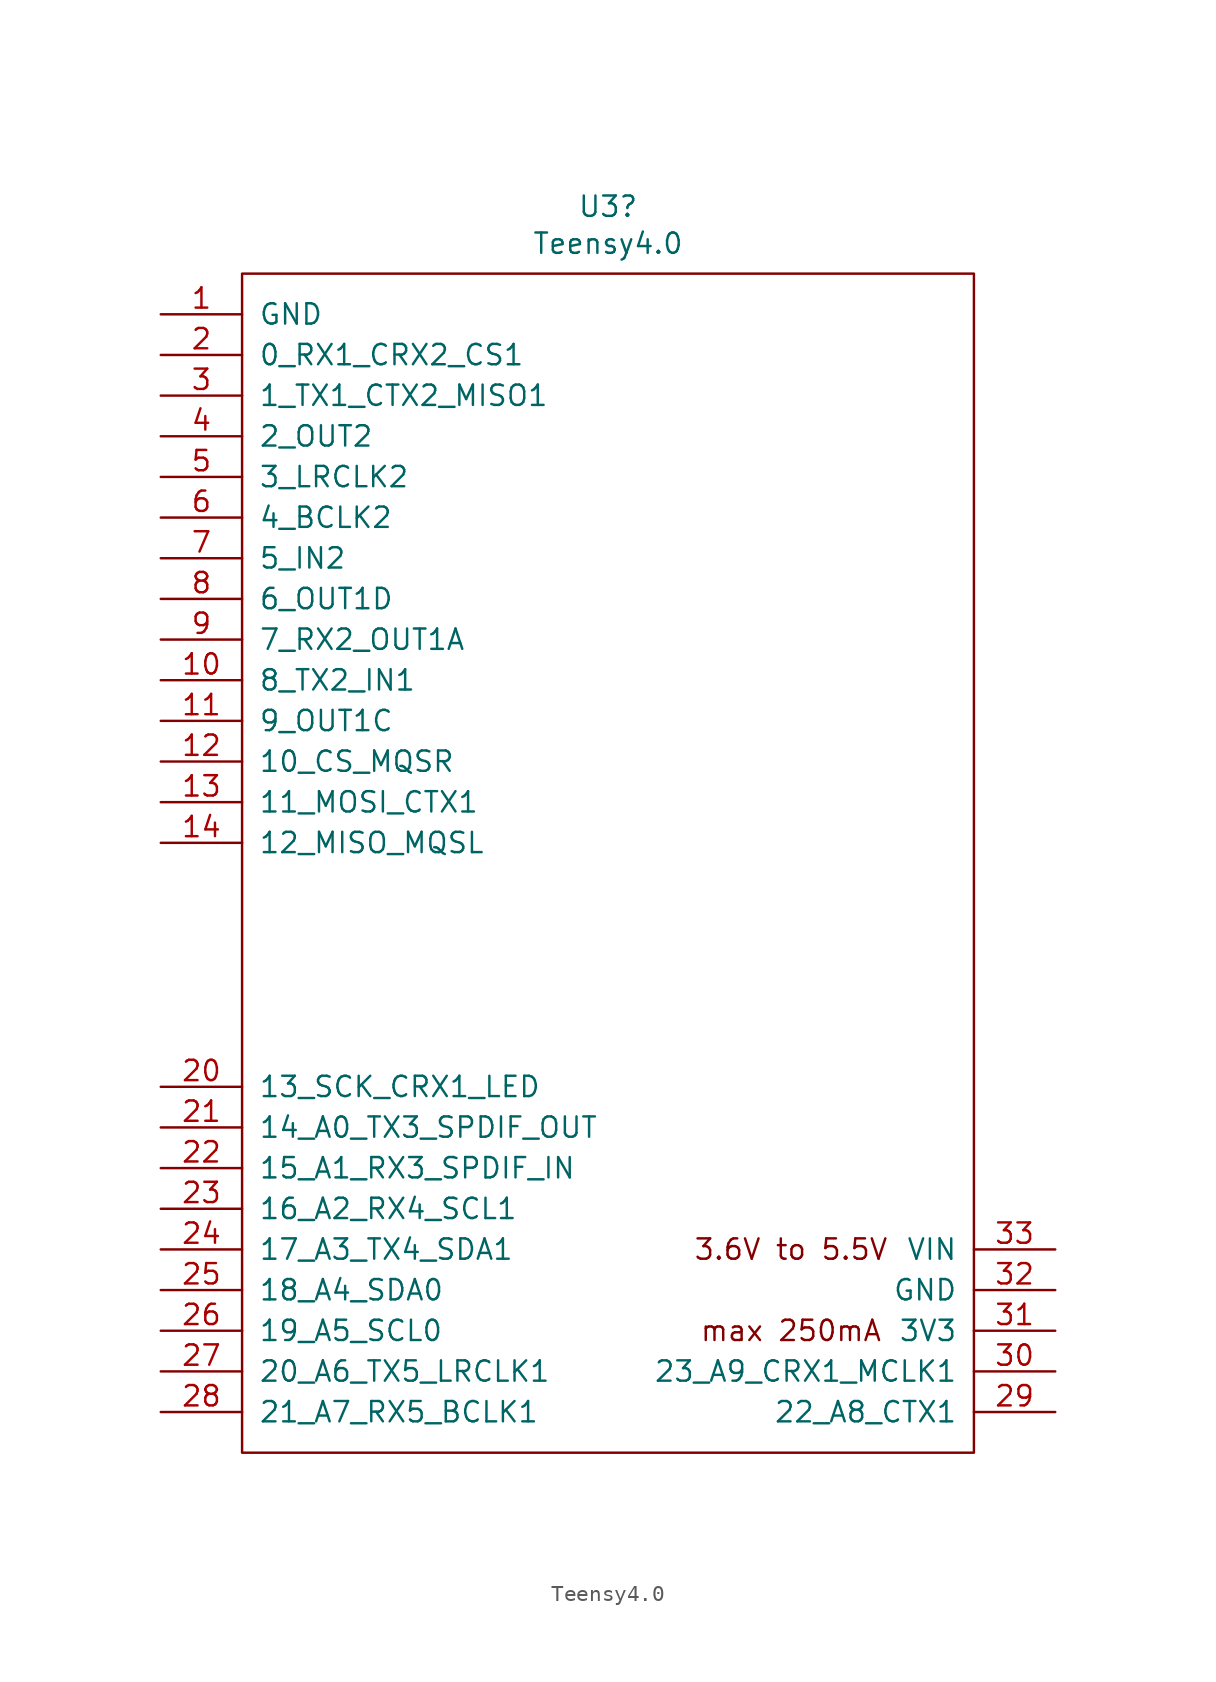
<source format=kicad_sym>
(kicad_symbol_lib
  (version 20211014)
  (generator kicad_symbol_editor)
  (symbol "Teensy4.0"
    (pin_names
      (offset 1.016))
    (property "Reference" "U3"
      (at 0 41.021 0)
      (effects (font (size 1.27 1.27))))
    (property "Value" "Teensy4.0"
      (at 0 38.71 0)
      (effects (font (size 1.27 1.27))))
    (symbol "Teensy4.0_0_0"
      (text "3.6V to 5.5V" (at 11.43 -24.13 0) (effects (font (size 1.27 1.27))))
      (text "max 250mA" (at 11.43 -29.21 0) (effects (font (size 1.27 1.27))))
      (pin bidirectional line (at -27.94 11.43 0) (length 5.08) (name "8_TX2_IN1" (effects (font (size 1.27 1.27)))) (number "10" (effects (font (size 1.27 1.27)))))
      (pin bidirectional line (at -27.94 8.89 0) (length 5.08) (name "9_OUT1C" (effects (font (size 1.27 1.27)))) (number "11" (effects (font (size 1.27 1.27)))))
      (pin bidirectional line (at -27.94 6.35 0) (length 5.08) (name "10_CS_MQSR" (effects (font (size 1.27 1.27)))) (number "12" (effects (font (size 1.27 1.27)))))
      (pin bidirectional line (at -27.94 3.81 0) (length 5.08) (name "11_MOSI_CTX1" (effects (font (size 1.27 1.27)))) (number "13" (effects (font (size 1.27 1.27)))))
      (pin bidirectional line (at -27.94 1.27 0) (length 5.08) (name "12_MISO_MQSL" (effects (font (size 1.27 1.27)))) (number "14" (effects (font (size 1.27 1.27)))))
      (pin bidirectional line (at -27.94 -13.97 0) (length 5.08) (name "13_SCK_CRX1_LED" (effects (font (size 1.27 1.27)))) (number "20" (effects (font (size 1.27 1.27)))))
      (pin bidirectional line (at -27.94 -16.51 0) (length 5.08) (name "14_A0_TX3_SPDIF_OUT" (effects (font (size 1.27 1.27)))) (number "21" (effects (font (size 1.27 1.27)))))
      (pin bidirectional line (at -27.94 -19.05 0) (length 5.08) (name "15_A1_RX3_SPDIF_IN" (effects (font (size 1.27 1.27)))) (number "22" (effects (font (size 1.27 1.27)))))
      (pin bidirectional line (at -27.94 -21.59 0) (length 5.08) (name "16_A2_RX4_SCL1" (effects (font (size 1.27 1.27)))) (number "23" (effects (font (size 1.27 1.27)))))
      (pin bidirectional line (at -27.94 -24.13 0) (length 5.08) (name "17_A3_TX4_SDA1" (effects (font (size 1.27 1.27)))) (number "24" (effects (font (size 1.27 1.27)))))
      (pin bidirectional line (at -27.94 -26.67 0) (length 5.08) (name "18_A4_SDA0" (effects (font (size 1.27 1.27)))) (number "25" (effects (font (size 1.27 1.27)))))
      (pin bidirectional line (at -27.94 -29.21 0) (length 5.08) (name "19_A5_SCL0" (effects (font (size 1.27 1.27)))) (number "26" (effects (font (size 1.27 1.27)))))
      (pin bidirectional line (at -27.94 -31.75 0) (length 5.08) (name "20_A6_TX5_LRCLK1" (effects (font (size 1.27 1.27)))) (number "27" (effects (font (size 1.27 1.27)))))
      (pin bidirectional line (at -27.94 -34.29 0) (length 5.08) (name "21_A7_RX5_BCLK1" (effects (font (size 1.27 1.27)))) (number "28" (effects (font (size 1.27 1.27)))))
      (pin bidirectional line (at 27.94 -34.29 180) (length 5.08) (name "22_A8_CTX1" (effects (font (size 1.27 1.27)))) (number "29" (effects (font (size 1.27 1.27)))))
      (pin bidirectional line (at 27.94 -31.75 180) (length 5.08) (name "23_A9_CRX1_MCLK1" (effects (font (size 1.27 1.27)))) (number "30" (effects (font (size 1.27 1.27)))))
      (pin power_out line (at 27.94 -29.21 180) (length 5.08) (name "3V3" (effects (font (size 1.27 1.27)))) (number "31" (effects (font (size 1.27 1.27)))))
      (pin power_in line (at 27.94 -26.67 180) (length 5.08) (name "GND" (effects (font (size 1.27 1.27)))) (number "32" (effects (font (size 1.27 1.27)))))
      (pin power_in line (at 27.94 -24.13 180) (length 5.08) (name "VIN" (effects (font (size 1.27 1.27)))) (number "33" (effects (font (size 1.27 1.27)))))
      (pin bidirectional line (at -27.94 24.13 0) (length 5.08) (name "3_LRCLK2" (effects (font (size 1.27 1.27)))) (number "5" (effects (font (size 1.27 1.27)))))
      (pin bidirectional line (at -27.94 21.59 0) (length 5.08) (name "4_BCLK2" (effects (font (size 1.27 1.27)))) (number "6" (effects (font (size 1.27 1.27)))))
      (pin bidirectional line (at -27.94 19.05 0) (length 5.08) (name "5_IN2" (effects (font (size 1.27 1.27)))) (number "7" (effects (font (size 1.27 1.27)))))
      (pin bidirectional line (at -27.94 16.51 0) (length 5.08) (name "6_OUT1D" (effects (font (size 1.27 1.27)))) (number "8" (effects (font (size 1.27 1.27)))))
      (pin bidirectional line (at -27.94 13.97 0) (length 5.08) (name "7_RX2_OUT1A" (effects (font (size 1.27 1.27)))) (number "9" (effects (font (size 1.27 1.27))))))
    (symbol "Teensy4.0_0_1"
      (rectangle (start -22.86 36.83) (end 22.86 -36.83) (stroke (width 0) (type default) (color 0 0 0 0)) (fill (type none)))
      (rectangle (start -20.32 -31.75) (end -20.32 -31.75) (stroke (width 0) (type default) (color 0 0 0 0)) (fill (type none))))
    (symbol "Teensy4.0_1_1"
      (pin power_in line (at -27.94 34.29 0) (length 5.08) (name "GND" (effects (font (size 1.27 1.27)))) (number "1" (effects (font (size 1.27 1.27)))))
      (pin bidirectional line (at -27.94 31.75 0) (length 5.08) (name "0_RX1_CRX2_CS1" (effects (font (size 1.27 1.27)))) (number "2" (effects (font (size 1.27 1.27)))))
      (pin bidirectional line (at -27.94 29.21 0) (length 5.08) (name "1_TX1_CTX2_MISO1" (effects (font (size 1.27 1.27)))) (number "3" (effects (font (size 1.27 1.27)))))
      (pin bidirectional line (at -27.94 26.67 0) (length 5.08) (name "2_OUT2" (effects (font (size 1.27 1.27)))) (number "4" (effects (font (size 1.27 1.27))))))))
</source>
